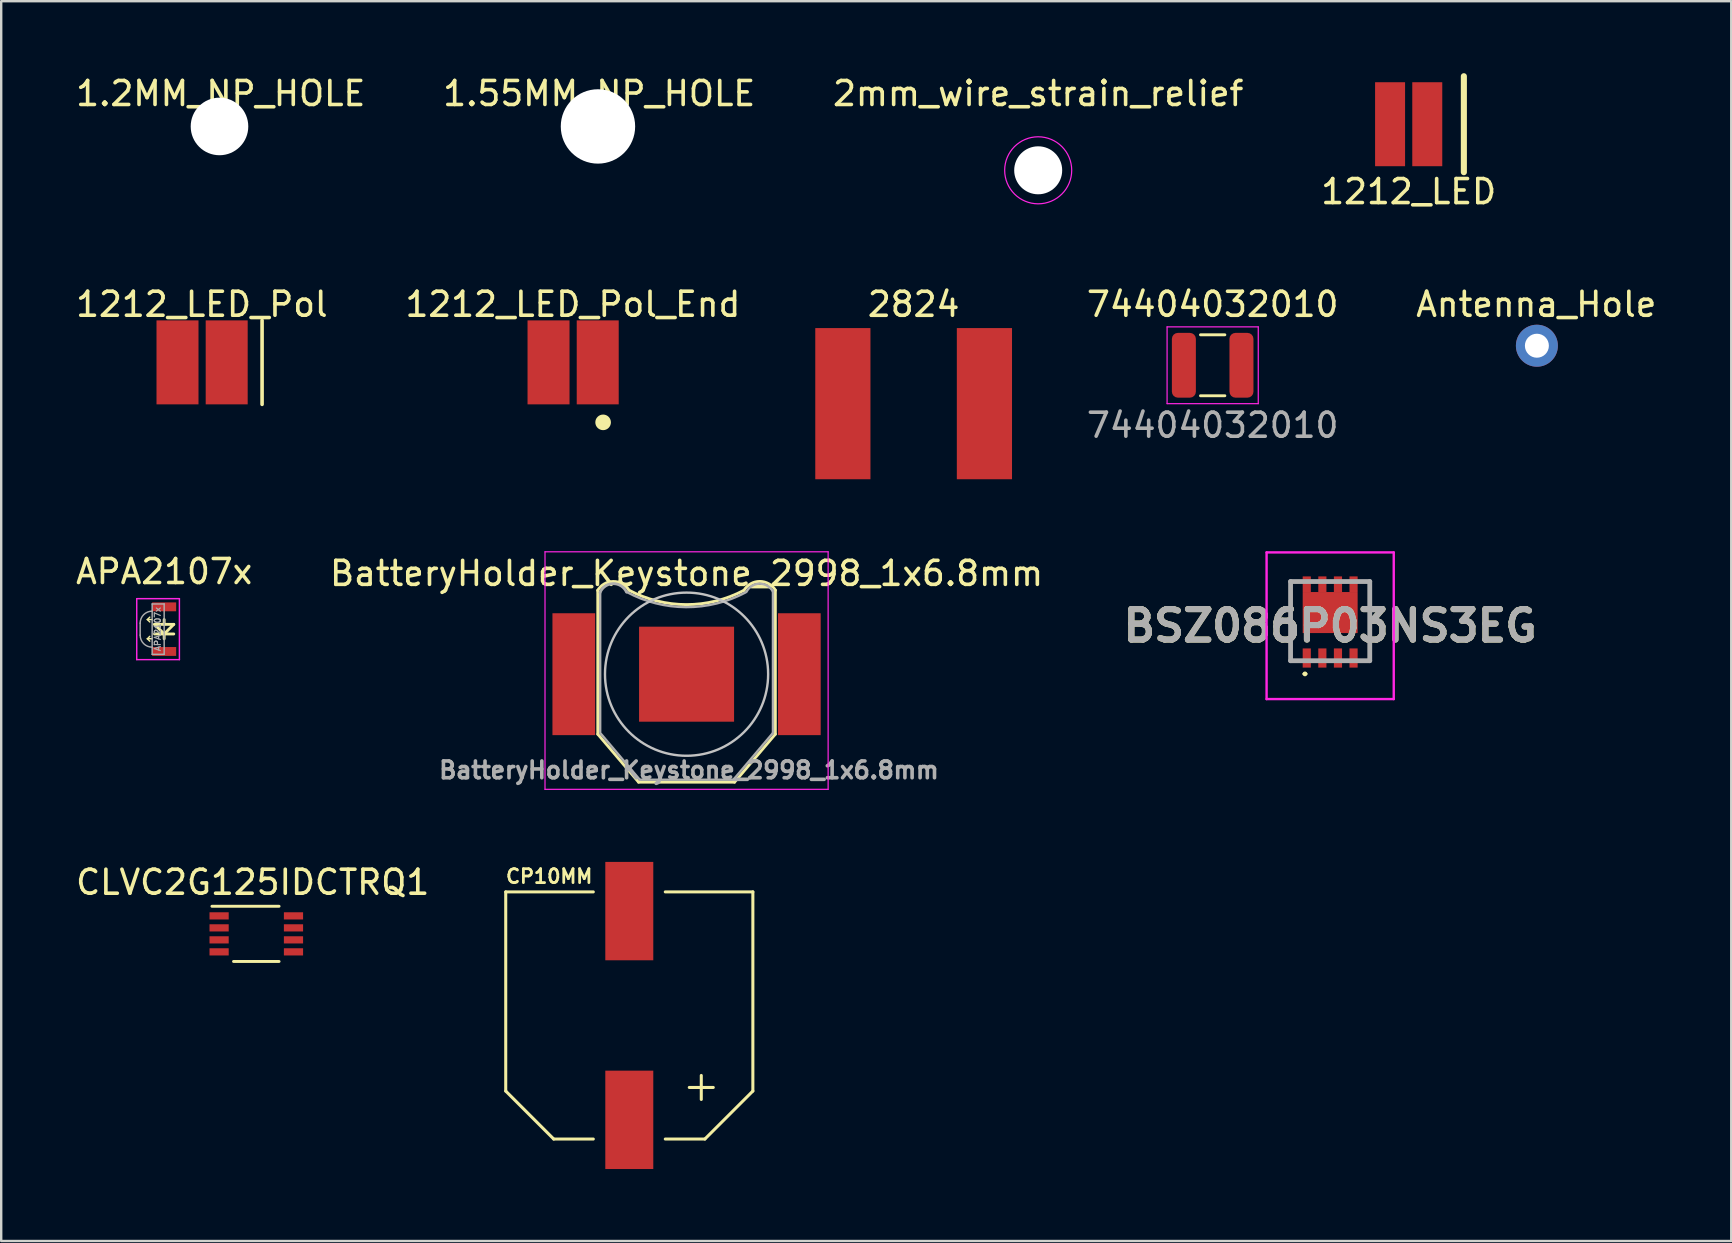
<source format=kicad_pcb>
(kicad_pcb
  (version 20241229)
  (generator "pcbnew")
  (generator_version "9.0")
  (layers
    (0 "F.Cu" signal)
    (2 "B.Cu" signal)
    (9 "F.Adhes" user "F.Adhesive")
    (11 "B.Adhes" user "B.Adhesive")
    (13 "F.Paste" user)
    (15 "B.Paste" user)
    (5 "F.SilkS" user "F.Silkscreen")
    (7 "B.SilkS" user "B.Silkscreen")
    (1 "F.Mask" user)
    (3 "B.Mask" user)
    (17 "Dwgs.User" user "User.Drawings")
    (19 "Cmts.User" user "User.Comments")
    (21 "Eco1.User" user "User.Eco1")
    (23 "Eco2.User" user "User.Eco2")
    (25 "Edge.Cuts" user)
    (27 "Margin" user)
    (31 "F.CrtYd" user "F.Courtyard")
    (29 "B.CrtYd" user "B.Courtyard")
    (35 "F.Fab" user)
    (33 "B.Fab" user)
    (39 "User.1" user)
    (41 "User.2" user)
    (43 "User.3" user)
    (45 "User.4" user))
  (footprint "1212_LED"
    (layer "F.Cu")
    (at 55.661 2.127)
    (property "Reference" "1212_LED" (at 0 2.81 0) (layer "F.SilkS") (effects (font (size 1 1) (thickness 0.15))))
    (attr through_hole)
    (fp_line (start 2.3 -2) (end 2.3 2) (stroke (width 0.254) (type solid)) (layer "F.SilkS"))
    (fp_line (start -1.3 -1.6) (end 1.3 -1.6) (stroke (width 0.12) (type solid)) (layer "Eco1.User"))
    (fp_line (start -1.3 1.6) (end -1.3 -1.6) (stroke (width 0.12) (type solid)) (layer "Eco1.User"))
    (fp_line (start 1.3 -1.6) (end 1.3 1.6) (stroke (width 0.12) (type solid)) (layer "Eco1.User"))
    (fp_line (start 1.3 1.6) (end -1.3 1.6) (stroke (width 0.12) (type solid)) (layer "Eco1.User"))
    (pad "1" smd rect (at 0.775 0) (size 1.25 3.5) (layers "F.Cu" "F.Mask" "F.Paste"))
    (pad "2" smd rect (at -0.775 0) (size 1.25 3.5) (layers "F.Cu" "F.Mask" "F.Paste")))
  (footprint "CLVC2G125IDCTRQ1"
    (layer "F.Cu")
    (at 6.082 35.122)
    (property "Reference" "CLVC2G125IDCTRQ1" (at 1.4 -1.4 0) (layer "F.SilkS") (effects (font (size 1 1) (thickness 0.15))))
    (attr through_hole)
    (fp_line (start -0.3 -0.4) (end 2.5 -0.4) (stroke (width 0.12) (type solid)) (layer "F.SilkS"))
    (fp_line (start 0.6 1.9) (end 2.5 1.9) (stroke (width 0.12) (type solid)) (layer "F.SilkS"))
    (pad "1" smd rect (at 0 0) (size 0.8 0.3) (layers "F.Cu" "F.Mask" "F.Paste"))
    (pad "2" smd rect (at 0 0.5) (size 0.8 0.3) (layers "F.Cu" "F.Mask" "F.Paste"))
    (pad "3" smd rect (at 0 1) (size 0.8 0.3) (layers "F.Cu" "F.Mask" "F.Paste"))
    (pad "4" smd rect (at 0 1.5) (size 0.8 0.3) (layers "F.Cu" "F.Mask" "F.Paste"))
    (pad "5" smd rect (at 3.1 1.5) (size 0.8 0.3) (layers "F.Cu" "F.Mask" "F.Paste"))
    (pad "6" smd rect (at 3.1 1) (size 0.8 0.3) (layers "F.Cu" "F.Mask" "F.Paste"))
    (pad "7" smd rect (at 3.1 0.5) (size 0.8 0.3) (layers "F.Cu" "F.Mask" "F.Paste"))
    (pad "8" smd rect (at 3.1 0) (size 0.8 0.3) (layers "F.Cu" "F.Mask" "F.Paste")))
  (footprint "1212_LED_Pol"
    (layer "F.Cu")
    (at 5.373 12.053)
    (property "Reference" "1212_LED_Pol" (at -0.01 -2.42 0) (layer "F.SilkS") (effects (font (size 1 1) (thickness 0.15))))
    (attr through_hole)
    (fp_line (start 2.5 -1.75) (end 2.5 1.75) (stroke (width 0.15) (type solid)) (layer "F.SilkS"))
    (fp_line (start -1.3 -1.6) (end 1.3 -1.6) (stroke (width 0.12) (type solid)) (layer "Eco1.User"))
    (fp_line (start -1.3 1.6) (end -1.3 -1.6) (stroke (width 0.12) (type solid)) (layer "Eco1.User"))
    (fp_line (start 1.3 -1.6) (end 1.3 1.6) (stroke (width 0.12) (type solid)) (layer "Eco1.User"))
    (fp_line (start 1.3 1.6) (end -1.3 1.6) (stroke (width 0.12) (type solid)) (layer "Eco1.User"))
    (pad "1" smd rect (at 1.025 0) (size 1.75 3.5) (layers "F.Cu" "F.Mask" "F.Paste"))
    (pad "2" smd rect (at -1.025 0) (size 1.75 3.5) (layers "F.Cu" "F.Mask" "F.Paste")))
  (footprint "CP10MM"
    (layer "F.Cu")
    (at 23.178 39.273)
    (property "Reference" "CP10MM" (at -5.207 -5.461 0) (layer "F.SilkS") (effects (font (size 0.579 0.579) (thickness 0.116)) (justify left bottom)))
    (attr through_hole)
    (fp_line (start -5.15 -5.15) (end -5.15 3.15) (stroke (width 0.127) (type solid)) (layer "F.SilkS"))
    (fp_line (start -5.15 3.15) (end -3.15 5.15) (stroke (width 0.127) (type solid)) (layer "F.SilkS"))
    (fp_line (start -3.15 5.15) (end -1.5 5.15) (stroke (width 0.127) (type solid)) (layer "F.SilkS"))
    (fp_line (start -1.5 -5.15) (end -5.15 -5.15) (stroke (width 0.127) (type solid)) (layer "F.SilkS"))
    (fp_line (start 1.5 -5.15) (end 5.15 -5.15) (stroke (width 0.127) (type solid)) (layer "F.SilkS"))
    (fp_line (start 2.5 3) (end 3.5 3) (stroke (width 0.127) (type solid)) (layer "F.SilkS"))
    (fp_line (start 3 2.5) (end 3 3.5) (stroke (width 0.127) (type solid)) (layer "F.SilkS"))
    (fp_line (start 3.15 5.15) (end 1.5 5.15) (stroke (width 0.127) (type solid)) (layer "F.SilkS"))
    (fp_line (start 5.15 -5.15) (end 5.15 3.15) (stroke (width 0.127) (type solid)) (layer "F.SilkS"))
    (fp_line (start 5.15 3.15) (end 3.15 5.15) (stroke (width 0.127) (type solid)) (layer "F.SilkS"))
    (pad "P$1" smd rect (at 0 4.35 90) (size 4.1 2) (layers "F.Cu" "F.Mask" "F.Paste"))
    (pad "P$2" smd rect (at 0 -4.35 90) (size 4.1 2) (layers "F.Cu" "F.Mask" "F.Paste")))
  (footprint "2mm_wire_strain_relief"
    (layer "F.Cu")
    (at 40.22 4.048)
    (property "Reference" "2mm_wire_strain_relief" (at 0 -3.2 0) (layer "F.SilkS") (effects (font (size 1 1) (thickness 0.15))))
    (attr board_only exclude_from_pos_files exclude_from_bom allow_missing_courtyard)
    (fp_circle (center 0 0) (end 1.397 0) (stroke (width 0.05) (type solid)) (fill no) (layer "F.CrtYd"))
    (pad "" np_thru_hole circle (at 0 0) (size 2 2) (drill 2) (layers "*.Cu" "*.Mask")))
  (footprint "2824"
    (layer "F.Cu")
    (at 35.029 13.774)
    (property "Reference" "2824" (at 0 -4.14 0) (unlocked yes) (layer "F.SilkS") (effects (font (size 1 1) (thickness 0.15))))
    (attr smd)
    (pad "1" smd rect (at -2.95 0) (size 2.3 6.3) (layers "F.Cu" "F.Mask" "F.Paste"))
    (pad "2" smd rect (at 2.95 0) (size 2.3 6.3) (layers "F.Cu" "F.Mask" "F.Paste")))
  (footprint "BatteryHolder_Keystone_2998_1x6.8mm"
    (layer "F.Cu")
    (at 25.565 25.049)
    (property "Reference" "BatteryHolder_Keystone_2998_1x6.8mm" (at 0 -4.2 0) (layer "F.SilkS") (effects (font (size 1 1) (thickness 0.15))))
    (attr smd)
    (fp_line (start -3.7 -3.5) (end -3.7 2.5) (stroke (width 0.12) (type solid)) (layer "F.SilkS"))
    (fp_line (start -2 4.5) (end -3.7 2.5) (stroke (width 0.12) (type solid)) (layer "F.SilkS"))
    (fp_line (start -2 4.5) (end 2 4.5) (stroke (width 0.12) (type solid)) (layer "F.SilkS"))
    (fp_line (start 2 4.5) (end 3.7 2.5) (stroke (width 0.12) (type solid)) (layer "F.SilkS"))
    (fp_line (start 3.7 -3.5) (end 3.7 2.5) (stroke (width 0.12) (type solid)) (layer "F.SilkS"))
    (fp_arc (start -3.705648 -3.490673) (mid -3.055452 -3.863197) (end -2.4 -3.5) (stroke (width 0.12) (type solid)) (layer "F.SilkS"))
    (fp_arc (start 2.391383 -3.495415) (mid -0.00488 -2.900002) (end -2.4 -3.5) (stroke (width 0.12) (type solid)) (layer "F.SilkS"))
    (fp_arc (start 2.392627 -3.493972) (mid 3.046477 -3.866382) (end 3.703723 -3.5) (stroke (width 0.12) (type solid)) (layer "F.SilkS"))
    (fp_circle (center 0 0) (end 3.4 0) (stroke (width 0.1) (type solid)) (fill no) (layer "Dwgs.User"))
    (fp_line (start -5.9 -5.1) (end -5.9 4.8) (stroke (width 0.05) (type solid)) (layer "F.CrtYd"))
    (fp_line (start -5.9 4.8) (end 5.9 4.8) (stroke (width 0.05) (type solid)) (layer "F.CrtYd"))
    (fp_line (start 5.9 -5.1) (end -5.9 -5.1) (stroke (width 0.05) (type solid)) (layer "F.CrtYd"))
    (fp_line (start 5.9 4.8) (end 5.9 -5.1) (stroke (width 0.05) (type solid)) (layer "F.CrtYd"))
    (fp_line (start -3.6 -3.4) (end -3.6 2.4) (stroke (width 0.1) (type solid)) (layer "F.Fab"))
    (fp_line (start -3.6 2.45) (end -1.95 4.4) (stroke (width 0.1) (type solid)) (layer "F.Fab"))
    (fp_line (start -1.95 4.4) (end 1.95 4.4) (stroke (width 0.1) (type solid)) (layer "F.Fab"))
    (fp_line (start 1.95 4.4) (end 3.6 2.45) (stroke (width 0.1) (type solid)) (layer "F.Fab"))
    (fp_line (start 3.6 2.45) (end 3.6 -3.5) (stroke (width 0.1) (type solid)) (layer "F.Fab"))
    (fp_arc (start -3.607938 -3.401745) (mid -3.059953 -3.774071) (end -2.5 -3.42) (stroke (width 0.12) (type solid)) (layer "F.Fab"))
    (fp_arc (start 2.464098 -3.410669) (mid -0.020388 -2.794584) (end -2.5 -3.43) (stroke (width 0.1) (type solid)) (layer "F.Fab"))
    (fp_arc (start 2.4959 -3.432087) (mid 3.045544 -3.771756) (end 3.6 -3.44) (stroke (width 0.1) (type solid)) (layer "F.Fab"))
    (fp_text user "${REFERENCE}" (at 0.1 4 0) (layer "F.Fab") (effects (font (size 0.7 0.7) (thickness 0.15))))
    (pad "1" smd rect (at -4.7 0) (size 1.78 5.08) (layers "F.Cu" "F.Mask" "F.Paste"))
    (pad "1" smd rect (at 4.7 0) (size 1.78 5.08) (layers "F.Cu" "F.Mask" "F.Paste"))
    (pad "2" smd rect (at 0 0) (size 3.96 3.96) (layers "F.Cu" "F.Mask" "F.Paste")))
  (footprint "Antenna_Hole"
    (layer "F.Cu")
    (at 60.98 11.334)
    (property "Reference" "Antenna_Hole" (at 0 -1.7 0) (unlocked yes) (layer "F.SilkS") (effects (font (size 1 1) (thickness 0.15))))
    (attr through_hole)
    (pad "1" thru_hole circle (at 0.025 0.025) (size 1.75 1.75) (drill 1) (layers "*.Cu" "*.Mask")))
  (footprint "74404032010"
    (layer "F.Cu")
    (at 47.492 12.174)
    (property "Reference" "74404032010" (at 0 -2.54 0) (unlocked yes) (layer "F.SilkS") (effects (font (size 1 1) (thickness 0.15))))
    (attr smd)
    (fp_line (start -0.508 -1.27) (end 0.508 -1.27) (stroke (width 0.12) (type solid)) (layer "F.SilkS"))
    (fp_line (start -0.508 1.27) (end 0.508 1.27) (stroke (width 0.12) (type solid)) (layer "F.SilkS"))
    (fp_line (start -1.9 1.6) (end -1.9 -1.6) (stroke (width 0.05) (type solid)) (layer "F.CrtYd"))
    (fp_line (start 1.9 -1.6) (end -1.9 -1.6) (stroke (width 0.05) (type solid)) (layer "F.CrtYd"))
    (fp_line (start 1.9 -1.6) (end 1.9 1.6) (stroke (width 0.05) (type solid)) (layer "F.CrtYd"))
    (fp_line (start 1.9 1.6) (end -1.9 1.6) (stroke (width 0.05) (type solid)) (layer "F.CrtYd"))
    (fp_text user "${REFERENCE}" (at 0 2.5 0) (unlocked yes) (layer "F.Fab") (effects (font (size 1 1) (thickness 0.15))))
    (pad "1" smd roundrect (at -1.2 0) (size 1 2.7) (layers "F.Cu" "F.Mask" "F.Paste") (roundrect_rratio 0.25))
    (pad "2" smd roundrect (at 1.2 0) (size 1 2.7) (layers "F.Cu" "F.Mask" "F.Paste") (roundrect_rratio 0.25)))
  (footprint "1.2MM_NP_HOLE"
    (layer "F.Cu")
    (at 6.098 2.22)
    (property "Reference" "1.2MM_NP_HOLE" (at 0.051 -1.372 0) (unlocked yes) (layer "F.SilkS") (effects (font (size 1 1) (thickness 0.15))))
    (attr through_hole)
    (pad "" np_thru_hole circle (at 0 0) (size 2.4 2.4) (drill 2.4) (layers "*.Cu" "*.Mask")))
  (footprint "1.55MM_NP_HOLE"
    (layer "F.Cu")
    (at 21.872 2.22)
    (property "Reference" "1.55MM_NP_HOLE" (at 0.051 -1.372 0) (unlocked yes) (layer "F.SilkS") (effects (font (size 1 1) (thickness 0.15))))
    (attr through_hole)
    (pad "" np_thru_hole circle (at 0 0) (size 3.1 3.1) (drill 3.1) (layers "*.Cu" "*.Mask")))
  (footprint "APA2107x"
    (layer "F.Cu")
    (at 3.792 23.172)
    (property "Reference" "APA2107x" (at 0 -2.4 0) (layer "F.SilkS") (effects (font (size 1 1) (thickness 0.15))))
    (attr smd)
    (fp_line (start -0.7 -0.4) (end -0.6 -0.3) (stroke (width 0.06) (type solid)) (layer "F.SilkS"))
    (fp_line (start -0.7 0.4) (end -0.6 0.5) (stroke (width 0.06) (type solid)) (layer "F.SilkS"))
    (fp_line (start -0.6 -0.5) (end -0.7 -0.4) (stroke (width 0.06) (type solid)) (layer "F.SilkS"))
    (fp_line (start -0.6 0.3) (end -0.7 0.4) (stroke (width 0.06) (type solid)) (layer "F.SilkS"))
    (fp_line (start -0.5 -0.4) (end -0.7 -0.4) (stroke (width 0.06) (type solid)) (layer "F.SilkS"))
    (fp_line (start -0.5 0.4) (end -0.7 0.4) (stroke (width 0.06) (type solid)) (layer "F.SilkS"))
    (fp_line (start -0.4 -0.2) (end 0.4 -0.2) (stroke (width 0.12) (type solid)) (layer "F.SilkS"))
    (fp_line (start -0.4 0.2) (end 0.4 0.2) (stroke (width 0.12) (type solid)) (layer "F.SilkS"))
    (fp_line (start 0 -0.2) (end 0 -0.4) (stroke (width 0.12) (type solid)) (layer "F.SilkS"))
    (fp_line (start 0 0.2) (end -0.4 -0.2) (stroke (width 0.12) (type solid)) (layer "F.SilkS"))
    (fp_line (start 0 0.2) (end 0 0.4) (stroke (width 0.12) (type solid)) (layer "F.SilkS"))
    (fp_line (start 0.4 -0.2) (end 0 0.2) (stroke (width 0.12) (type solid)) (layer "F.SilkS"))
    (fp_line (start -1.143 -1.27) (end -1.143 1.27) (stroke (width 0.06) (type solid)) (layer "F.CrtYd"))
    (fp_line (start -1.143 1.27) (end 0.635 1.27) (stroke (width 0.06) (type solid)) (layer "F.CrtYd"))
    (fp_line (start 0.635 -1.27) (end -1.143 -1.27) (stroke (width 0.06) (type solid)) (layer "F.CrtYd"))
    (fp_line (start 0.635 1.27) (end 0.635 -1.27) (stroke (width 0.06) (type solid)) (layer "F.CrtYd"))
    (fp_line (start -1 0.25) (end -1 -0.25) (stroke (width 0.06) (type solid)) (layer "F.Fab"))
    (fp_line (start -0.5 1.05) (end -0.5 -1.05) (stroke (width 0.06) (type solid)) (layer "F.Fab"))
    (fp_line (start 0 -1.05) (end -0.5 -1.05) (stroke (width 0.06) (type solid)) (layer "F.Fab"))
    (fp_line (start 0 1.05) (end -0.5 1.05) (stroke (width 0.06) (type solid)) (layer "F.Fab"))
    (fp_line (start 0 1.05) (end 0 -1.05) (stroke (width 0.06) (type solid)) (layer "F.Fab"))
    (fp_arc (start -1 -0.25) (mid -0.854149 -0.604149) (end -0.5 -0.75) (stroke (width 0.06) (type solid)) (layer "F.Fab"))
    (fp_arc (start -0.5 0.75) (mid -0.854149 0.604149) (end -1 0.25) (stroke (width 0.06) (type solid)) (layer "F.Fab"))
    (fp_text user "${REFERENCE}" (at -0.127 0 90) (unlocked yes) (layer "F.Fab") (effects (font (size 0.25 0.25) (thickness 0.05) (bold yes)) (justify bottom)))
    (pad "1" smd rect (at 0 0.93 180) (size 1 0.37) (layers "F.Cu" "F.Mask" "F.Paste"))
    (pad "2" smd rect (at 0 -0.93) (size 1 0.37) (layers "F.Cu" "F.Mask" "F.Paste")))
  (footprint "1212_LED_Pol_End"
    (layer "F.Cu")
    (at 20.837 12.053)
    (property "Reference" "1212_LED_Pol_End" (at -0.01 -2.42 0) (layer "F.SilkS") (effects (font (size 1 1) (thickness 0.15))))
    (attr through_hole)
    (fp_circle (center 1.25 2.5) (end 1.5 2.5) (stroke (width 0.15) (type solid)) (fill yes) (layer "F.SilkS"))
    (fp_line (start -1.3 -1.6) (end 1.3 -1.6) (stroke (width 0.12) (type solid)) (layer "Eco1.User"))
    (fp_line (start -1.3 1.6) (end -1.3 -1.6) (stroke (width 0.12) (type solid)) (layer "Eco1.User"))
    (fp_line (start 1.3 -1.6) (end 1.3 1.6) (stroke (width 0.12) (type solid)) (layer "Eco1.User"))
    (fp_line (start 1.3 1.6) (end -1.3 1.6) (stroke (width 0.12) (type solid)) (layer "Eco1.User"))
    (pad "1" smd rect (at 1.025 0) (size 1.75 3.5) (layers "F.Cu" "F.Mask" "F.Paste"))
    (pad "2" smd rect (at -1.025 0) (size 1.75 3.5) (layers "F.Cu" "F.Mask" "F.Paste")))
  (footprint "BSZ086P03NS3EG"
    (layer "F.Cu")
    (at 52.389 22.837)
    (property "Reference" "BSZ086P03NS3EG" (at 0 0.194 0) (layer "F.SilkS") (effects (font (size 1.27 1.27) (thickness 0.254))))
    (attr smd)
    (fp_line (start -1.65 -1.6) (end -1.65 1.6) (stroke (width 0.1) (type solid)) (layer "F.SilkS"))
    (fp_line (start -1.1 2.2) (end -1.1 2.2) (stroke (width 0.1) (type solid)) (layer "F.SilkS"))
    (fp_line (start -1 2.2) (end -1 2.2) (stroke (width 0.1) (type solid)) (layer "F.SilkS"))
    (fp_line (start 1.65 -1.6) (end 1.65 1.6) (stroke (width 0.1) (type solid)) (layer "F.SilkS"))
    (fp_arc (start -1.1 2.2) (mid -1.05 2.15) (end -1 2.2) (stroke (width 0.1) (type solid)) (layer "F.SilkS"))
    (fp_arc (start -1 2.2) (mid -1.05 2.25) (end -1.1 2.2) (stroke (width 0.1) (type solid)) (layer "F.SilkS"))
    (fp_line (start -2.65 -2.863) (end 2.65 -2.863) (stroke (width 0.1) (type solid)) (layer "F.CrtYd"))
    (fp_line (start -2.65 3.25) (end -2.65 -2.863) (stroke (width 0.1) (type solid)) (layer "F.CrtYd"))
    (fp_line (start 2.65 -2.863) (end 2.65 3.25) (stroke (width 0.1) (type solid)) (layer "F.CrtYd"))
    (fp_line (start 2.65 3.25) (end -2.65 3.25) (stroke (width 0.1) (type solid)) (layer "F.CrtYd"))
    (fp_line (start -1.65 -1.65) (end 1.65 -1.65) (stroke (width 0.2) (type solid)) (layer "F.Fab"))
    (fp_line (start -1.65 1.65) (end -1.65 -1.65) (stroke (width 0.2) (type solid)) (layer "F.Fab"))
    (fp_line (start 1.65 -1.65) (end 1.65 1.65) (stroke (width 0.2) (type solid)) (layer "F.Fab"))
    (fp_line (start 1.65 1.65) (end -1.65 1.65) (stroke (width 0.2) (type solid)) (layer "F.Fab"))
    (fp_text user "${REFERENCE}" (at 0 0.194 0) (layer "F.Fab") (effects (font (size 1.27 1.27) (thickness 0.254))))
    (pad "1" smd rect (at -0.975 1.538) (size 0.34 0.8) (layers "F.Cu" "F.Mask" "F.Paste"))
    (pad "2" smd rect (at -0.325 1.538) (size 0.34 0.8) (layers "F.Cu" "F.Mask" "F.Paste"))
    (pad "3" smd rect (at 0.325 1.538) (size 0.34 0.8) (layers "F.Cu" "F.Mask" "F.Paste"))
    (pad "4" smd rect (at 0.975 1.538) (size 0.34 0.8) (layers "F.Cu" "F.Mask" "F.Paste"))
    (pad "5" smd rect (at 0.975 -1.538) (size 0.34 0.65) (layers "F.Cu" "F.Mask" "F.Paste"))
    (pad "6" smd rect (at 0.325 -1.538) (size 0.34 0.65) (layers "F.Cu" "F.Mask" "F.Paste"))
    (pad "7" smd rect (at -0.325 -1.538) (size 0.34 0.65) (layers "F.Cu" "F.Mask" "F.Paste"))
    (pad "8" smd rect (at -0.975 -1.538) (size 0.34 0.65) (layers "F.Cu" "F.Mask" "F.Paste"))
    (pad "9" smd rect (at 0 -0.357 90) (size 1.71 2.29) (layers "F.Cu" "F.Mask" "F.Paste")))
  (gr_rect
    (start -3 -3)
    (end 69.105 48.673)
    (stroke (width 0.1) (type default))
    (fill no)
    (layer "Edge.Cuts")))
</source>
